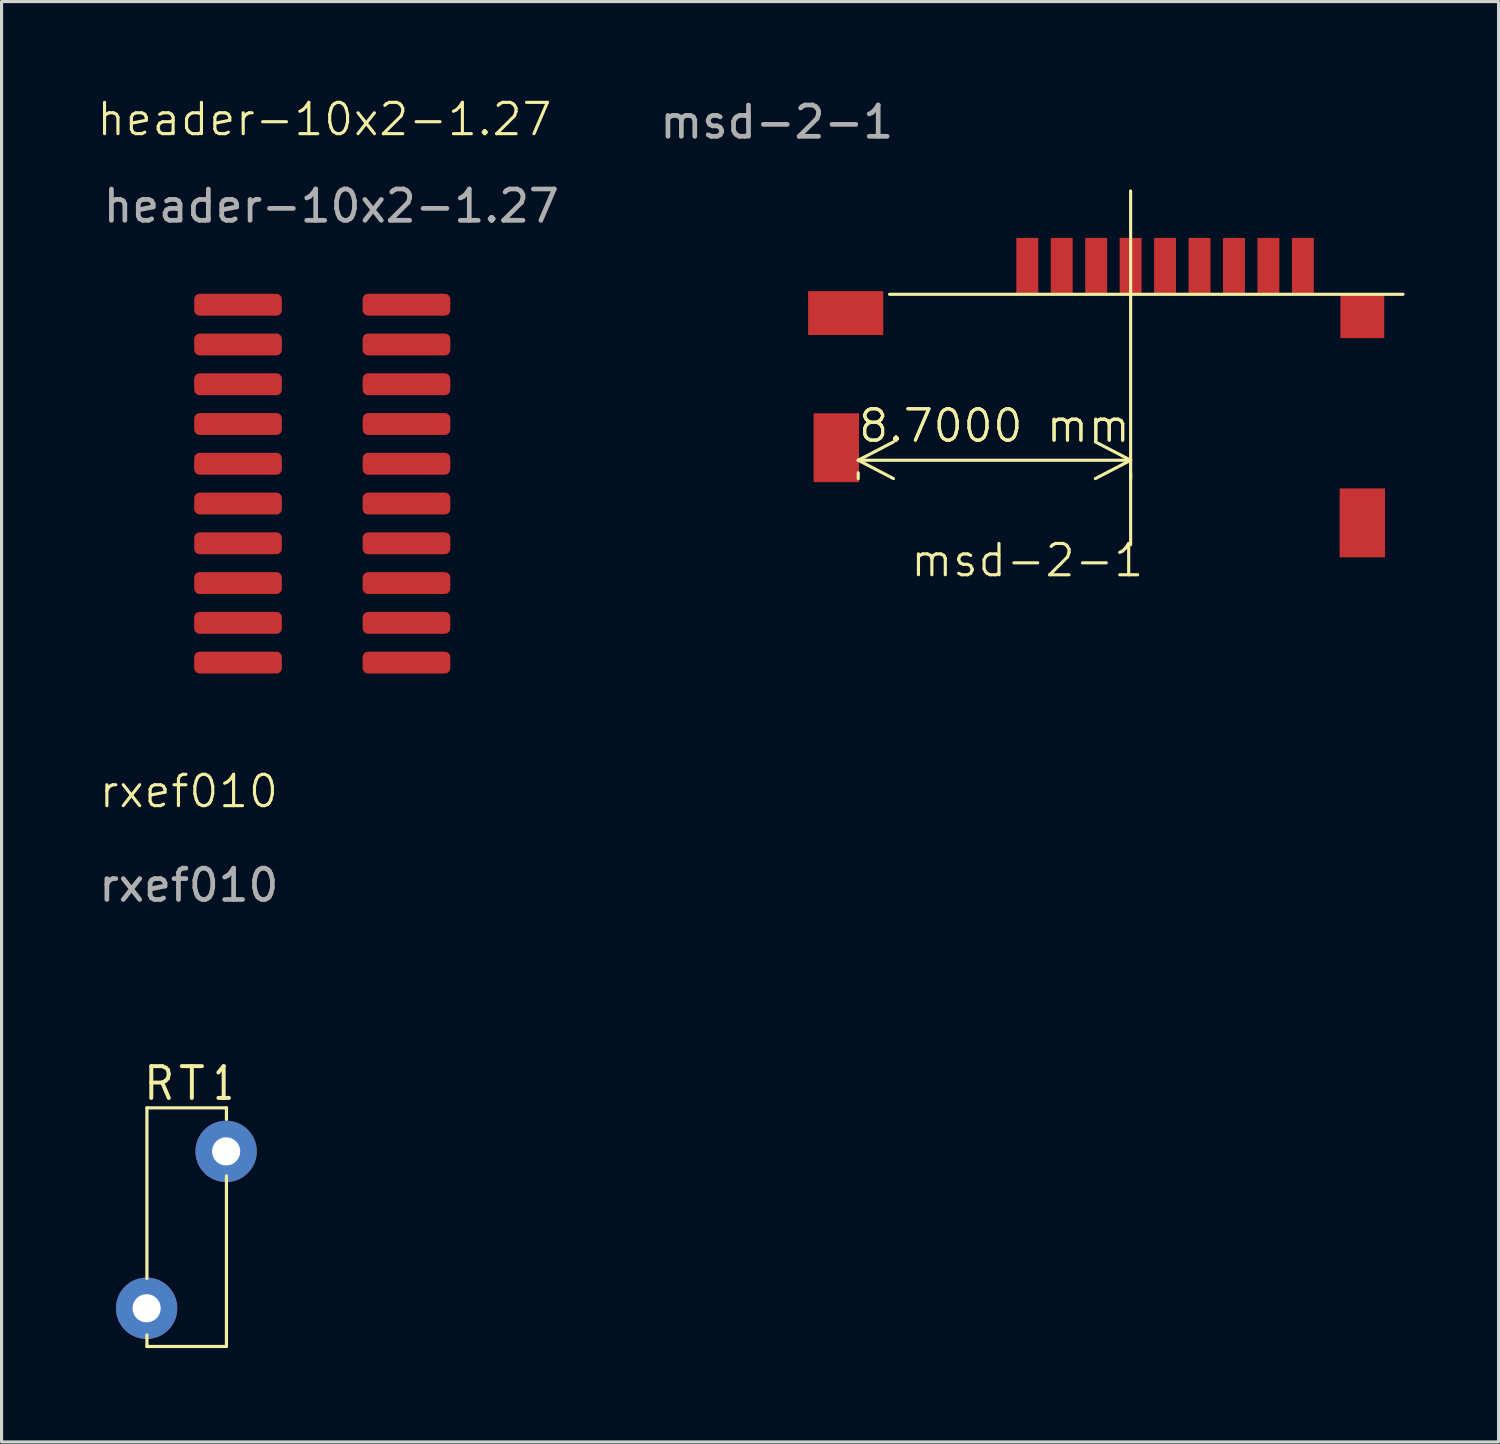
<source format=kicad_pcb>
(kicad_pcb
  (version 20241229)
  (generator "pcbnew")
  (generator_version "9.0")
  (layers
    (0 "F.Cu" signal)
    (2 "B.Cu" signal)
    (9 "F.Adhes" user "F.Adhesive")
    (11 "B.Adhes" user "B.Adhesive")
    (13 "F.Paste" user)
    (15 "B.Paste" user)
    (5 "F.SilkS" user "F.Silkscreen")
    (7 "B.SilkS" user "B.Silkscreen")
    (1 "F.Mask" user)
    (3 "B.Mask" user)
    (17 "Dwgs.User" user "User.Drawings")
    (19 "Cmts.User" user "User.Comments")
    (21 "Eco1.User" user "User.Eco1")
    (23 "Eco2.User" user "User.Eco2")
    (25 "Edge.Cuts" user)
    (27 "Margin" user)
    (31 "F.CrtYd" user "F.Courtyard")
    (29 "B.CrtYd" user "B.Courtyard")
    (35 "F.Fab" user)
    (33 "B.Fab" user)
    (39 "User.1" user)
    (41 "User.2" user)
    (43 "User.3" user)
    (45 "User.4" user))
  (footprint "header-10x2-1.27"
    (layer "F.Cu")
    (at 7.232 12.331)
    (property "Reference" "header-10x2-1.27" (at 0.08 -11.57 0) (unlocked yes) (layer "F.SilkS") (effects (font (size 1 1) (thickness 0.1))))
    (attr smd)
    (fp_text user "${REFERENCE}" (at 0.3 -8.8 0) (unlocked yes) (layer "F.Fab") (effects (font (size 1 1) (thickness 0.15))))
    (pad "1" smd roundrect (at -2.68 -5.65) (size 2.8 0.7) (layers "F.Cu" "F.Mask" "F.Paste") (roundrect_rratio 0.25))
    (pad "2" smd roundrect (at 2.7 -5.65) (size 2.8 0.7) (layers "F.Cu" "F.Mask" "F.Paste") (roundrect_rratio 0.25))
    (pad "3" smd roundrect (at -2.68 -4.38) (size 2.8 0.7) (layers "F.Cu" "F.Mask" "F.Paste") (roundrect_rratio 0.25))
    (pad "4" smd roundrect (at 2.7 -4.38) (size 2.8 0.7) (layers "F.Cu" "F.Mask" "F.Paste") (roundrect_rratio 0.25))
    (pad "5" smd roundrect (at -2.68 -3.11) (size 2.8 0.7) (layers "F.Cu" "F.Mask" "F.Paste") (roundrect_rratio 0.25))
    (pad "6" smd roundrect (at 2.7 -3.11) (size 2.8 0.7) (layers "F.Cu" "F.Mask" "F.Paste") (roundrect_rratio 0.25))
    (pad "7" smd roundrect (at -2.68 -1.84) (size 2.8 0.7) (layers "F.Cu" "F.Mask" "F.Paste") (roundrect_rratio 0.25))
    (pad "8" smd roundrect (at 2.7 -1.84) (size 2.8 0.7) (layers "F.Cu" "F.Mask" "F.Paste") (roundrect_rratio 0.25))
    (pad "9" smd roundrect (at -2.68 -0.57) (size 2.8 0.7) (layers "F.Cu" "F.Mask" "F.Paste") (roundrect_rratio 0.25))
    (pad "10" smd roundrect (at 2.7 -0.57) (size 2.8 0.7) (layers "F.Cu" "F.Mask" "F.Paste") (roundrect_rratio 0.25))
    (pad "11" smd roundrect (at -2.68 0.7) (size 2.8 0.7) (layers "F.Cu" "F.Mask" "F.Paste") (roundrect_rratio 0.25))
    (pad "12" smd roundrect (at 2.7 0.7) (size 2.8 0.7) (layers "F.Cu" "F.Mask" "F.Paste") (roundrect_rratio 0.25))
    (pad "13" smd roundrect (at -2.68 1.97) (size 2.8 0.7) (layers "F.Cu" "F.Mask" "F.Paste") (roundrect_rratio 0.25))
    (pad "14" smd roundrect (at 2.7 1.97) (size 2.8 0.7) (layers "F.Cu" "F.Mask" "F.Paste") (roundrect_rratio 0.25))
    (pad "15" smd roundrect (at -2.68 3.24) (size 2.8 0.7) (layers "F.Cu" "F.Mask" "F.Paste") (roundrect_rratio 0.25))
    (pad "16" smd roundrect (at 2.7 3.24) (size 2.8 0.7) (layers "F.Cu" "F.Mask" "F.Paste") (roundrect_rratio 0.25))
    (pad "17" smd roundrect (at -2.68 4.51) (size 2.8 0.7) (layers "F.Cu" "F.Mask" "F.Paste") (roundrect_rratio 0.25))
    (pad "18" smd roundrect (at 2.7 4.51) (size 2.8 0.7) (layers "F.Cu" "F.Mask" "F.Paste") (roundrect_rratio 0.25))
    (pad "19" smd roundrect (at -2.68 5.78) (size 2.8 0.7) (layers "F.Cu" "F.Mask" "F.Paste") (roundrect_rratio 0.25))
    (pad "20" smd roundrect (at 2.7 5.78) (size 2.8 0.7) (layers "F.Cu" "F.Mask" "F.Paste") (roundrect_rratio 0.25)))
  (footprint "rxef010"
    (layer "F.Cu")
    (at 2.902 36.091)
    (property "Reference" "rxef010" (at 0.08 -13.87 0) (unlocked yes) (layer "F.SilkS") (effects (font (size 1 1) (thickness 0.1))))
    (attr smd)
    (fp_line (start -1.26 -3.76) (end 1.28 -3.76) (stroke (width 0.102) (type solid)) (layer "F.SilkS"))
    (fp_line (start -1.26 1.688) (end -1.26 -3.76) (stroke (width 0.102) (type solid)) (layer "F.SilkS"))
    (fp_line (start -1.26 3.86) (end -1.26 3.492) (stroke (width 0.102) (type solid)) (layer "F.SilkS"))
    (fp_line (start -1.12 -5.093) (end -0.771 -5.093) (stroke (width 0.127) (type solid)) (layer "F.SilkS"))
    (fp_line (start -1.12 -4.077) (end -1.12 -5.093) (stroke (width 0.127) (type solid)) (layer "F.SilkS"))
    (fp_line (start -0.771 -5.093) (end -0.659 -5.043) (stroke (width 0.127) (type solid)) (layer "F.SilkS"))
    (fp_line (start -0.771 -4.568) (end -1.12 -4.568) (stroke (width 0.127) (type solid)) (layer "F.SilkS"))
    (fp_line (start -0.771 -4.568) (end -0.561 -4.077) (stroke (width 0.127) (type solid)) (layer "F.SilkS"))
    (fp_line (start -0.673 -4.619) (end -0.771 -4.568) (stroke (width 0.127) (type solid)) (layer "F.SilkS"))
    (fp_line (start -0.659 -5.043) (end -0.589 -4.975) (stroke (width 0.127) (type solid)) (layer "F.SilkS"))
    (fp_line (start -0.589 -4.975) (end -0.561 -4.84) (stroke (width 0.127) (type solid)) (layer "F.SilkS"))
    (fp_line (start -0.589 -4.704) (end -0.673 -4.619) (stroke (width 0.127) (type solid)) (layer "F.SilkS"))
    (fp_line (start -0.561 -4.84) (end -0.589 -4.704) (stroke (width 0.127) (type solid)) (layer "F.SilkS"))
    (fp_line (start -0.146 -5.093) (end 0.496 -5.093) (stroke (width 0.127) (type solid)) (layer "F.SilkS"))
    (fp_line (start 0.175 -5.093) (end 0.175 -4.077) (stroke (width 0.127) (type solid)) (layer "F.SilkS"))
    (fp_line (start 1.023 -4.077) (end 1.359 -4.077) (stroke (width 0.127) (type solid)) (layer "F.SilkS"))
    (fp_line (start 1.191 -5.093) (end 1.023 -4.89) (stroke (width 0.127) (type solid)) (layer "F.SilkS"))
    (fp_line (start 1.191 -4.077) (end 1.191 -5.093) (stroke (width 0.127) (type solid)) (layer "F.SilkS"))
    (fp_line (start 1.28 -3.76) (end 1.28 -3.392) (stroke (width 0.102) (type solid)) (layer "F.SilkS"))
    (fp_line (start 1.28 -1.588) (end 1.28 3.86) (stroke (width 0.102) (type solid)) (layer "F.SilkS"))
    (fp_line (start 1.28 3.86) (end -1.26 3.86) (stroke (width 0.102) (type solid)) (layer "F.SilkS"))
    (fp_text user "${REFERENCE}" (at 0.08 -10.87 0) (unlocked yes) (layer "F.Fab") (effects (font (size 1 1) (thickness 0.15))))
    (pad "1" thru_hole circle (at -1.27 2.64) (size 1.96 1.96) (drill 0.9) (layers "*.Cu" "*.Mask"))
    (pad "2" thru_hole circle (at 1.27 -2.37) (size 1.96 1.96) (drill 0.9) (layers "*.Cu" "*.Mask")))
  (footprint "msd-2-1"
    (layer "F.Cu")
    (at 29.758 15.348)
    (property "Reference" "msd-2-1" (at 0 -0.5 0) (unlocked yes) (layer "F.SilkS") (effects (font (size 1 1) (thickness 0.1))))
    (attr smd)
    (fp_line (start 3.3 -1) (end 3.3 -12.3) (stroke (width 0.1) (type default)) (layer "F.SilkS"))
    (fp_line (start 12 -9) (end -4.4 -9) (stroke (width 0.1) (type default)) (layer "F.SilkS"))
    (fp_text user "${REFERENCE}" (at -8 -14.5 0) (unlocked yes) (layer "F.Fab") (effects (font (size 1 1) (thickness 0.15))))
    (dimension (type aligned) (layer "F.SilkS") (pts (xy 33.058 11.548) (xy 24.358 11.548)) (height -0.1) (format (prefix "") (suffix "") (units 3) (units_format 1) (precision 4)) (style (thickness 0.1) (arrow_length 1.27) (text_position_mode 0) (arrow_direction outward) (extension_height 0.586) (extension_offset 0.5) (keep_text_aligned yes)) (gr_text "8.7000 mm" (at 28.708 10.548 0) (layer "F.SilkS") (effects (font (size 1 1) (thickness 0.1)))))
    (pad "1" smd rect (at 0 -9.9) (size 0.7 1.8) (layers "F.Cu" "F.Mask" "F.Paste"))
    (pad "2" smd rect (at 1.1 -9.9) (size 0.7 1.8) (layers "F.Cu" "F.Mask" "F.Paste"))
    (pad "3" smd rect (at 2.2 -9.9) (size 0.7 1.8) (layers "F.Cu" "F.Mask" "F.Paste"))
    (pad "4" smd rect (at 3.3 -9.9) (size 0.7 1.8) (layers "F.Cu" "F.Mask" "F.Paste"))
    (pad "5" smd rect (at 4.4 -9.9) (size 0.7 1.8) (layers "F.Cu" "F.Mask" "F.Paste"))
    (pad "6" smd rect (at 5.5 -9.9) (size 0.7 1.8) (layers "F.Cu" "F.Mask" "F.Paste"))
    (pad "7" smd rect (at 6.6 -9.9) (size 0.7 1.8) (layers "F.Cu" "F.Mask" "F.Paste"))
    (pad "8" smd rect (at 7.7 -9.9) (size 0.7 1.8) (layers "F.Cu" "F.Mask" "F.Paste"))
    (pad "9" smd rect (at 8.8 -9.9) (size 0.7 1.8) (layers "F.Cu" "F.Mask" "F.Paste"))
    (pad "10" smd rect (at -5.8 -8.4) (size 2.4 1.4) (layers "F.Cu" "F.Mask" "F.Paste"))
    (pad "11" smd rect (at -6.1 -4.1) (size 1.45 2.2) (layers "F.Cu" "F.Mask" "F.Paste"))
    (pad "12" smd rect (at 10.7 -1.7) (size 1.45 2.2) (layers "F.Cu" "F.Mask" "F.Paste"))
    (pad "13" smd rect (at 10.7 -8.3) (size 1.4 1.4) (layers "F.Cu" "F.Mask" "F.Paste")))
  (gr_rect
    (start -3 -3)
    (end 44.808 43.002)
    (stroke (width 0.1) (type default))
    (fill no)
    (layer "Edge.Cuts")))
</source>
